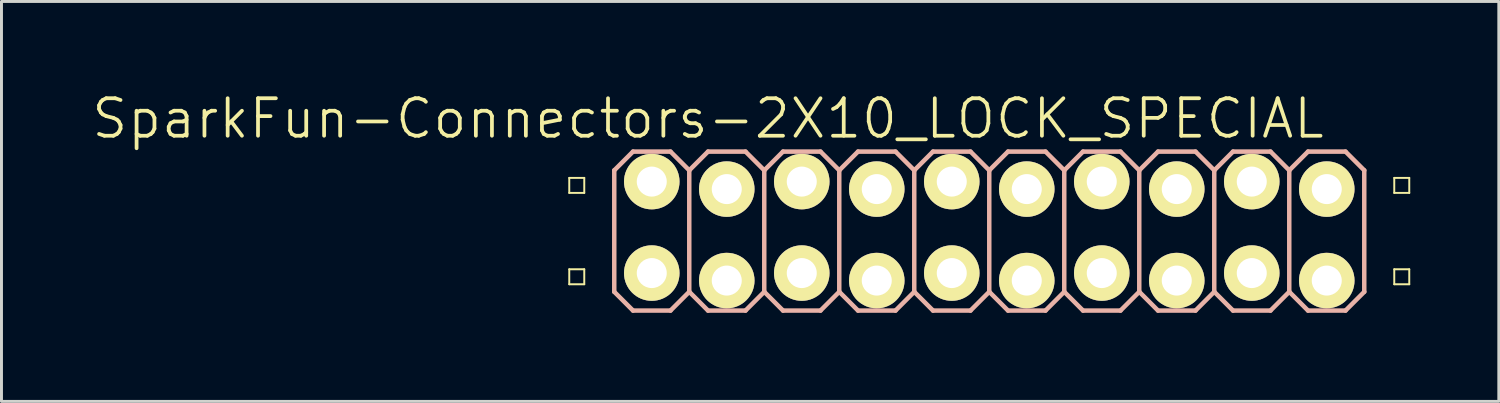
<source format=kicad_pcb>
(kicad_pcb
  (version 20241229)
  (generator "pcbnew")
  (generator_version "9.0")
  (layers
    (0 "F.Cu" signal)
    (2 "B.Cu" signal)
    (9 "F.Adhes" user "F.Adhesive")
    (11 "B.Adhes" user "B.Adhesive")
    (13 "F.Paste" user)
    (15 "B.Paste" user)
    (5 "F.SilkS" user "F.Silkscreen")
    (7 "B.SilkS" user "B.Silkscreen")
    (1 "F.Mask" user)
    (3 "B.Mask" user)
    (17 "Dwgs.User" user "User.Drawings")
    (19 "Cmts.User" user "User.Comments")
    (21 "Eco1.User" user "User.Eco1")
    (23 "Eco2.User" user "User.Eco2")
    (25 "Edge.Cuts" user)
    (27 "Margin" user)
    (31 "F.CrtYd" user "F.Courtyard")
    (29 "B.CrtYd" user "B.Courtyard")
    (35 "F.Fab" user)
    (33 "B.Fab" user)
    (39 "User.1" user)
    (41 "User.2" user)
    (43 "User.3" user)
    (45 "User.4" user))
  (footprint "SparkFun-Connectors-2X10_LOCK_SPECIAL"
    (layer "F.Cu")
    (at 30.453 4.776)
    (property "Reference" "SparkFun-Connectors-2X10_LOCK_SPECIAL" (at -9.525 -3.81 0) (layer "F.SilkS") (effects (font (size 1.27 1.27) (thickness 0.127))))
    (attr exclude_from_pos_files exclude_from_bom)
    (fp_line (start -14.224 -1.801) (end -13.716 -1.801) (stroke (width 0.066) (type solid)) (layer "F.SilkS"))
    (fp_line (start -14.224 -1.293) (end -14.224 -1.801) (stroke (width 0.066) (type solid)) (layer "F.SilkS"))
    (fp_line (start -14.224 -1.293) (end -13.716 -1.293) (stroke (width 0.066) (type solid)) (layer "F.SilkS"))
    (fp_line (start -14.224 1.293) (end -13.716 1.293) (stroke (width 0.066) (type solid)) (layer "F.SilkS"))
    (fp_line (start -14.224 1.801) (end -14.224 1.293) (stroke (width 0.066) (type solid)) (layer "F.SilkS"))
    (fp_line (start -14.224 1.801) (end -13.716 1.801) (stroke (width 0.066) (type solid)) (layer "F.SilkS"))
    (fp_line (start -13.716 -1.293) (end -13.716 -1.801) (stroke (width 0.066) (type solid)) (layer "F.SilkS"))
    (fp_line (start -13.716 1.801) (end -13.716 1.293) (stroke (width 0.066) (type solid)) (layer "F.SilkS"))
    (fp_line (start -11.684 -1.801) (end -11.176 -1.801) (stroke (width 0.066) (type solid)) (layer "F.SilkS"))
    (fp_line (start -11.684 -1.293) (end -11.684 -1.801) (stroke (width 0.066) (type solid)) (layer "F.SilkS"))
    (fp_line (start -11.684 -1.293) (end -11.176 -1.293) (stroke (width 0.066) (type solid)) (layer "F.SilkS"))
    (fp_line (start -11.684 1.293) (end -11.176 1.293) (stroke (width 0.066) (type solid)) (layer "F.SilkS"))
    (fp_line (start -11.684 1.801) (end -11.684 1.293) (stroke (width 0.066) (type solid)) (layer "F.SilkS"))
    (fp_line (start -11.684 1.801) (end -11.176 1.801) (stroke (width 0.066) (type solid)) (layer "F.SilkS"))
    (fp_line (start -11.176 -1.293) (end -11.176 -1.801) (stroke (width 0.066) (type solid)) (layer "F.SilkS"))
    (fp_line (start -11.176 1.801) (end -11.176 1.293) (stroke (width 0.066) (type solid)) (layer "F.SilkS"))
    (fp_line (start -9.144 -1.801) (end -8.636 -1.801) (stroke (width 0.066) (type solid)) (layer "F.SilkS"))
    (fp_line (start -9.144 -1.293) (end -9.144 -1.801) (stroke (width 0.066) (type solid)) (layer "F.SilkS"))
    (fp_line (start -9.144 -1.293) (end -8.636 -1.293) (stroke (width 0.066) (type solid)) (layer "F.SilkS"))
    (fp_line (start -9.144 1.293) (end -8.636 1.293) (stroke (width 0.066) (type solid)) (layer "F.SilkS"))
    (fp_line (start -9.144 1.801) (end -9.144 1.293) (stroke (width 0.066) (type solid)) (layer "F.SilkS"))
    (fp_line (start -9.144 1.801) (end -8.636 1.801) (stroke (width 0.066) (type solid)) (layer "F.SilkS"))
    (fp_line (start -8.636 -1.293) (end -8.636 -1.801) (stroke (width 0.066) (type solid)) (layer "F.SilkS"))
    (fp_line (start -8.636 1.801) (end -8.636 1.293) (stroke (width 0.066) (type solid)) (layer "F.SilkS"))
    (fp_line (start -6.604 -1.801) (end -6.096 -1.801) (stroke (width 0.066) (type solid)) (layer "F.SilkS"))
    (fp_line (start -6.604 -1.293) (end -6.604 -1.801) (stroke (width 0.066) (type solid)) (layer "F.SilkS"))
    (fp_line (start -6.604 -1.293) (end -6.096 -1.293) (stroke (width 0.066) (type solid)) (layer "F.SilkS"))
    (fp_line (start -6.604 1.293) (end -6.096 1.293) (stroke (width 0.066) (type solid)) (layer "F.SilkS"))
    (fp_line (start -6.604 1.801) (end -6.604 1.293) (stroke (width 0.066) (type solid)) (layer "F.SilkS"))
    (fp_line (start -6.604 1.801) (end -6.096 1.801) (stroke (width 0.066) (type solid)) (layer "F.SilkS"))
    (fp_line (start -6.096 -1.293) (end -6.096 -1.801) (stroke (width 0.066) (type solid)) (layer "F.SilkS"))
    (fp_line (start -6.096 1.801) (end -6.096 1.293) (stroke (width 0.066) (type solid)) (layer "F.SilkS"))
    (fp_line (start -4.064 -1.801) (end -3.556 -1.801) (stroke (width 0.066) (type solid)) (layer "F.SilkS"))
    (fp_line (start -4.064 -1.293) (end -4.064 -1.801) (stroke (width 0.066) (type solid)) (layer "F.SilkS"))
    (fp_line (start -4.064 -1.293) (end -3.556 -1.293) (stroke (width 0.066) (type solid)) (layer "F.SilkS"))
    (fp_line (start -4.064 1.293) (end -3.556 1.293) (stroke (width 0.066) (type solid)) (layer "F.SilkS"))
    (fp_line (start -4.064 1.801) (end -4.064 1.293) (stroke (width 0.066) (type solid)) (layer "F.SilkS"))
    (fp_line (start -4.064 1.801) (end -3.556 1.801) (stroke (width 0.066) (type solid)) (layer "F.SilkS"))
    (fp_line (start -3.556 -1.293) (end -3.556 -1.801) (stroke (width 0.066) (type solid)) (layer "F.SilkS"))
    (fp_line (start -3.556 1.801) (end -3.556 1.293) (stroke (width 0.066) (type solid)) (layer "F.SilkS"))
    (fp_line (start -1.524 -1.801) (end -1.016 -1.801) (stroke (width 0.066) (type solid)) (layer "F.SilkS"))
    (fp_line (start -1.524 -1.293) (end -1.524 -1.801) (stroke (width 0.066) (type solid)) (layer "F.SilkS"))
    (fp_line (start -1.524 -1.293) (end -1.016 -1.293) (stroke (width 0.066) (type solid)) (layer "F.SilkS"))
    (fp_line (start -1.524 1.293) (end -1.016 1.293) (stroke (width 0.066) (type solid)) (layer "F.SilkS"))
    (fp_line (start -1.524 1.801) (end -1.524 1.293) (stroke (width 0.066) (type solid)) (layer "F.SilkS"))
    (fp_line (start -1.524 1.801) (end -1.016 1.801) (stroke (width 0.066) (type solid)) (layer "F.SilkS"))
    (fp_line (start -1.016 -1.293) (end -1.016 -1.801) (stroke (width 0.066) (type solid)) (layer "F.SilkS"))
    (fp_line (start -1.016 1.801) (end -1.016 1.293) (stroke (width 0.066) (type solid)) (layer "F.SilkS"))
    (fp_line (start 1.016 -1.801) (end 1.524 -1.801) (stroke (width 0.066) (type solid)) (layer "F.SilkS"))
    (fp_line (start 1.016 -1.293) (end 1.016 -1.801) (stroke (width 0.066) (type solid)) (layer "F.SilkS"))
    (fp_line (start 1.016 -1.293) (end 1.524 -1.293) (stroke (width 0.066) (type solid)) (layer "F.SilkS"))
    (fp_line (start 1.016 1.293) (end 1.524 1.293) (stroke (width 0.066) (type solid)) (layer "F.SilkS"))
    (fp_line (start 1.016 1.801) (end 1.016 1.293) (stroke (width 0.066) (type solid)) (layer "F.SilkS"))
    (fp_line (start 1.016 1.801) (end 1.524 1.801) (stroke (width 0.066) (type solid)) (layer "F.SilkS"))
    (fp_line (start 1.524 -1.293) (end 1.524 -1.801) (stroke (width 0.066) (type solid)) (layer "F.SilkS"))
    (fp_line (start 1.524 1.801) (end 1.524 1.293) (stroke (width 0.066) (type solid)) (layer "F.SilkS"))
    (fp_line (start 3.556 -1.801) (end 4.064 -1.801) (stroke (width 0.066) (type solid)) (layer "F.SilkS"))
    (fp_line (start 3.556 -1.293) (end 3.556 -1.801) (stroke (width 0.066) (type solid)) (layer "F.SilkS"))
    (fp_line (start 3.556 -1.293) (end 4.064 -1.293) (stroke (width 0.066) (type solid)) (layer "F.SilkS"))
    (fp_line (start 3.556 1.293) (end 4.064 1.293) (stroke (width 0.066) (type solid)) (layer "F.SilkS"))
    (fp_line (start 3.556 1.801) (end 3.556 1.293) (stroke (width 0.066) (type solid)) (layer "F.SilkS"))
    (fp_line (start 3.556 1.801) (end 4.064 1.801) (stroke (width 0.066) (type solid)) (layer "F.SilkS"))
    (fp_line (start 4.064 -1.293) (end 4.064 -1.801) (stroke (width 0.066) (type solid)) (layer "F.SilkS"))
    (fp_line (start 4.064 1.801) (end 4.064 1.293) (stroke (width 0.066) (type solid)) (layer "F.SilkS"))
    (fp_line (start 6.096 -1.801) (end 6.604 -1.801) (stroke (width 0.066) (type solid)) (layer "F.SilkS"))
    (fp_line (start 6.096 -1.293) (end 6.096 -1.801) (stroke (width 0.066) (type solid)) (layer "F.SilkS"))
    (fp_line (start 6.096 -1.293) (end 6.604 -1.293) (stroke (width 0.066) (type solid)) (layer "F.SilkS"))
    (fp_line (start 6.096 1.293) (end 6.604 1.293) (stroke (width 0.066) (type solid)) (layer "F.SilkS"))
    (fp_line (start 6.096 1.801) (end 6.096 1.293) (stroke (width 0.066) (type solid)) (layer "F.SilkS"))
    (fp_line (start 6.096 1.801) (end 6.604 1.801) (stroke (width 0.066) (type solid)) (layer "F.SilkS"))
    (fp_line (start 6.604 -1.293) (end 6.604 -1.801) (stroke (width 0.066) (type solid)) (layer "F.SilkS"))
    (fp_line (start 6.604 1.801) (end 6.604 1.293) (stroke (width 0.066) (type solid)) (layer "F.SilkS"))
    (fp_line (start 8.636 -1.801) (end 9.144 -1.801) (stroke (width 0.066) (type solid)) (layer "F.SilkS"))
    (fp_line (start 8.636 -1.293) (end 8.636 -1.801) (stroke (width 0.066) (type solid)) (layer "F.SilkS"))
    (fp_line (start 8.636 -1.293) (end 9.144 -1.293) (stroke (width 0.066) (type solid)) (layer "F.SilkS"))
    (fp_line (start 8.636 1.293) (end 9.144 1.293) (stroke (width 0.066) (type solid)) (layer "F.SilkS"))
    (fp_line (start 8.636 1.801) (end 8.636 1.293) (stroke (width 0.066) (type solid)) (layer "F.SilkS"))
    (fp_line (start 8.636 1.801) (end 9.144 1.801) (stroke (width 0.066) (type solid)) (layer "F.SilkS"))
    (fp_line (start 9.144 -1.293) (end 9.144 -1.801) (stroke (width 0.066) (type solid)) (layer "F.SilkS"))
    (fp_line (start 9.144 1.801) (end 9.144 1.293) (stroke (width 0.066) (type solid)) (layer "F.SilkS"))
    (fp_line (start 11.176 -1.801) (end 11.684 -1.801) (stroke (width 0.066) (type solid)) (layer "F.SilkS"))
    (fp_line (start 11.176 -1.293) (end 11.176 -1.801) (stroke (width 0.066) (type solid)) (layer "F.SilkS"))
    (fp_line (start 11.176 -1.293) (end 11.684 -1.293) (stroke (width 0.066) (type solid)) (layer "F.SilkS"))
    (fp_line (start 11.176 1.293) (end 11.684 1.293) (stroke (width 0.066) (type solid)) (layer "F.SilkS"))
    (fp_line (start 11.176 1.801) (end 11.176 1.293) (stroke (width 0.066) (type solid)) (layer "F.SilkS"))
    (fp_line (start 11.176 1.801) (end 11.684 1.801) (stroke (width 0.066) (type solid)) (layer "F.SilkS"))
    (fp_line (start 11.684 -1.293) (end 11.684 -1.801) (stroke (width 0.066) (type solid)) (layer "F.SilkS"))
    (fp_line (start 11.684 1.801) (end 11.684 1.293) (stroke (width 0.066) (type solid)) (layer "F.SilkS"))
    (fp_line (start 13.716 -1.801) (end 14.224 -1.801) (stroke (width 0.066) (type solid)) (layer "F.SilkS"))
    (fp_line (start 13.716 -1.293) (end 13.716 -1.801) (stroke (width 0.066) (type solid)) (layer "F.SilkS"))
    (fp_line (start 13.716 -1.293) (end 14.224 -1.293) (stroke (width 0.066) (type solid)) (layer "F.SilkS"))
    (fp_line (start 13.716 1.293) (end 14.224 1.293) (stroke (width 0.066) (type solid)) (layer "F.SilkS"))
    (fp_line (start 13.716 1.801) (end 13.716 1.293) (stroke (width 0.066) (type solid)) (layer "F.SilkS"))
    (fp_line (start 13.716 1.801) (end 14.224 1.801) (stroke (width 0.066) (type solid)) (layer "F.SilkS"))
    (fp_line (start 14.224 -1.293) (end 14.224 -1.801) (stroke (width 0.066) (type solid)) (layer "F.SilkS"))
    (fp_line (start 14.224 1.801) (end 14.224 1.293) (stroke (width 0.066) (type solid)) (layer "F.SilkS"))
    (fp_line (start -12.7 -2.057) (end -12.065 -2.692) (stroke (width 0.152) (type solid)) (layer "B.SilkS"))
    (fp_line (start -12.7 2.057) (end -12.7 -2.057) (stroke (width 0.152) (type solid)) (layer "B.SilkS"))
    (fp_line (start -12.7 2.057) (end -12.065 2.692) (stroke (width 0.152) (type solid)) (layer "B.SilkS"))
    (fp_line (start -12.065 -2.692) (end -10.795 -2.692) (stroke (width 0.152) (type solid)) (layer "B.SilkS"))
    (fp_line (start -12.065 2.692) (end -10.795 2.692) (stroke (width 0.152) (type solid)) (layer "B.SilkS"))
    (fp_line (start -10.795 -2.692) (end -10.16 -2.057) (stroke (width 0.152) (type solid)) (layer "B.SilkS"))
    (fp_line (start -10.795 2.692) (end -10.16 2.057) (stroke (width 0.152) (type solid)) (layer "B.SilkS"))
    (fp_line (start -10.16 -2.057) (end -10.16 2.057) (stroke (width 0.152) (type solid)) (layer "B.SilkS"))
    (fp_line (start -10.16 -2.057) (end -9.525 -2.692) (stroke (width 0.152) (type solid)) (layer "B.SilkS"))
    (fp_line (start -10.16 2.057) (end -9.525 2.692) (stroke (width 0.152) (type solid)) (layer "B.SilkS"))
    (fp_line (start -9.525 -2.692) (end -8.255 -2.692) (stroke (width 0.152) (type solid)) (layer "B.SilkS"))
    (fp_line (start -9.525 2.692) (end -8.255 2.692) (stroke (width 0.152) (type solid)) (layer "B.SilkS"))
    (fp_line (start -8.255 -2.692) (end -7.62 -2.057) (stroke (width 0.152) (type solid)) (layer "B.SilkS"))
    (fp_line (start -8.255 2.692) (end -7.62 2.057) (stroke (width 0.152) (type solid)) (layer "B.SilkS"))
    (fp_line (start -7.62 -2.057) (end -7.62 2.057) (stroke (width 0.152) (type solid)) (layer "B.SilkS"))
    (fp_line (start -7.62 -2.057) (end -6.985 -2.692) (stroke (width 0.152) (type solid)) (layer "B.SilkS"))
    (fp_line (start -7.62 2.057) (end -6.985 2.692) (stroke (width 0.152) (type solid)) (layer "B.SilkS"))
    (fp_line (start -6.985 -2.692) (end -5.715 -2.692) (stroke (width 0.152) (type solid)) (layer "B.SilkS"))
    (fp_line (start -6.985 2.692) (end -5.715 2.692) (stroke (width 0.152) (type solid)) (layer "B.SilkS"))
    (fp_line (start -5.715 -2.692) (end -5.08 -2.057) (stroke (width 0.152) (type solid)) (layer "B.SilkS"))
    (fp_line (start -5.715 2.692) (end -5.08 2.057) (stroke (width 0.152) (type solid)) (layer "B.SilkS"))
    (fp_line (start -5.08 -2.057) (end -5.08 2.057) (stroke (width 0.152) (type solid)) (layer "B.SilkS"))
    (fp_line (start -5.08 -2.057) (end -4.445 -2.692) (stroke (width 0.152) (type solid)) (layer "B.SilkS"))
    (fp_line (start -5.08 2.057) (end -4.445 2.692) (stroke (width 0.152) (type solid)) (layer "B.SilkS"))
    (fp_line (start -4.445 -2.692) (end -3.175 -2.692) (stroke (width 0.152) (type solid)) (layer "B.SilkS"))
    (fp_line (start -4.445 2.692) (end -3.175 2.692) (stroke (width 0.152) (type solid)) (layer "B.SilkS"))
    (fp_line (start -3.175 -2.692) (end -2.54 -2.057) (stroke (width 0.152) (type solid)) (layer "B.SilkS"))
    (fp_line (start -3.175 2.692) (end -2.54 2.057) (stroke (width 0.152) (type solid)) (layer "B.SilkS"))
    (fp_line (start -2.54 -2.057) (end -2.54 2.057) (stroke (width 0.152) (type solid)) (layer "B.SilkS"))
    (fp_line (start -2.54 -2.057) (end -1.905 -2.692) (stroke (width 0.152) (type solid)) (layer "B.SilkS"))
    (fp_line (start -2.54 2.057) (end -1.905 2.692) (stroke (width 0.152) (type solid)) (layer "B.SilkS"))
    (fp_line (start -1.905 -2.692) (end -0.635 -2.692) (stroke (width 0.152) (type solid)) (layer "B.SilkS"))
    (fp_line (start -1.905 2.692) (end -0.635 2.692) (stroke (width 0.152) (type solid)) (layer "B.SilkS"))
    (fp_line (start -0.635 -2.692) (end 0 -2.057) (stroke (width 0.152) (type solid)) (layer "B.SilkS"))
    (fp_line (start -0.635 2.692) (end 0 2.057) (stroke (width 0.152) (type solid)) (layer "B.SilkS"))
    (fp_line (start 0 -2.057) (end 0 2.057) (stroke (width 0.152) (type solid)) (layer "B.SilkS"))
    (fp_line (start 0 -2.057) (end 0.635 -2.692) (stroke (width 0.152) (type solid)) (layer "B.SilkS"))
    (fp_line (start 0 2.057) (end 0.635 2.692) (stroke (width 0.152) (type solid)) (layer "B.SilkS"))
    (fp_line (start 0.635 -2.692) (end 1.905 -2.692) (stroke (width 0.152) (type solid)) (layer "B.SilkS"))
    (fp_line (start 0.635 2.692) (end 1.905 2.692) (stroke (width 0.152) (type solid)) (layer "B.SilkS"))
    (fp_line (start 1.905 -2.692) (end 2.54 -2.057) (stroke (width 0.152) (type solid)) (layer "B.SilkS"))
    (fp_line (start 1.905 2.692) (end 2.54 2.057) (stroke (width 0.152) (type solid)) (layer "B.SilkS"))
    (fp_line (start 2.54 -2.057) (end 2.54 2.057) (stroke (width 0.152) (type solid)) (layer "B.SilkS"))
    (fp_line (start 2.54 -2.057) (end 3.175 -2.692) (stroke (width 0.152) (type solid)) (layer "B.SilkS"))
    (fp_line (start 2.54 2.057) (end 3.175 2.692) (stroke (width 0.152) (type solid)) (layer "B.SilkS"))
    (fp_line (start 3.175 -2.692) (end 4.445 -2.692) (stroke (width 0.152) (type solid)) (layer "B.SilkS"))
    (fp_line (start 3.175 2.692) (end 4.445 2.692) (stroke (width 0.152) (type solid)) (layer "B.SilkS"))
    (fp_line (start 4.445 -2.692) (end 5.08 -2.057) (stroke (width 0.152) (type solid)) (layer "B.SilkS"))
    (fp_line (start 5.08 -2.057) (end 5.08 2.057) (stroke (width 0.152) (type solid)) (layer "B.SilkS"))
    (fp_line (start 5.08 -2.057) (end 5.715 -2.692) (stroke (width 0.152) (type solid)) (layer "B.SilkS"))
    (fp_line (start 5.08 2.057) (end 4.445 2.692) (stroke (width 0.152) (type solid)) (layer "B.SilkS"))
    (fp_line (start 5.08 2.057) (end 5.715 2.692) (stroke (width 0.152) (type solid)) (layer "B.SilkS"))
    (fp_line (start 5.715 -2.692) (end 6.985 -2.692) (stroke (width 0.152) (type solid)) (layer "B.SilkS"))
    (fp_line (start 5.715 2.692) (end 6.985 2.692) (stroke (width 0.152) (type solid)) (layer "B.SilkS"))
    (fp_line (start 6.985 -2.692) (end 7.62 -2.057) (stroke (width 0.152) (type solid)) (layer "B.SilkS"))
    (fp_line (start 7.62 -2.057) (end 7.62 2.057) (stroke (width 0.152) (type solid)) (layer "B.SilkS"))
    (fp_line (start 7.62 -2.057) (end 8.255 -2.692) (stroke (width 0.152) (type solid)) (layer "B.SilkS"))
    (fp_line (start 7.62 2.057) (end 6.985 2.692) (stroke (width 0.152) (type solid)) (layer "B.SilkS"))
    (fp_line (start 7.62 2.057) (end 8.255 2.692) (stroke (width 0.152) (type solid)) (layer "B.SilkS"))
    (fp_line (start 8.255 -2.692) (end 9.525 -2.692) (stroke (width 0.152) (type solid)) (layer "B.SilkS"))
    (fp_line (start 8.255 2.692) (end 9.525 2.692) (stroke (width 0.152) (type solid)) (layer "B.SilkS"))
    (fp_line (start 9.525 -2.692) (end 10.16 -2.057) (stroke (width 0.152) (type solid)) (layer "B.SilkS"))
    (fp_line (start 10.16 -2.057) (end 10.16 2.057) (stroke (width 0.152) (type solid)) (layer "B.SilkS"))
    (fp_line (start 10.16 -2.057) (end 10.795 -2.692) (stroke (width 0.152) (type solid)) (layer "B.SilkS"))
    (fp_line (start 10.16 2.057) (end 9.525 2.692) (stroke (width 0.152) (type solid)) (layer "B.SilkS"))
    (fp_line (start 10.16 2.057) (end 10.795 2.692) (stroke (width 0.152) (type solid)) (layer "B.SilkS"))
    (fp_line (start 10.795 -2.692) (end 12.065 -2.692) (stroke (width 0.152) (type solid)) (layer "B.SilkS"))
    (fp_line (start 10.795 2.692) (end 12.065 2.692) (stroke (width 0.152) (type solid)) (layer "B.SilkS"))
    (fp_line (start 12.065 -2.692) (end 12.7 -2.057) (stroke (width 0.152) (type solid)) (layer "B.SilkS"))
    (fp_line (start 12.7 -2.057) (end 12.7 2.057) (stroke (width 0.152) (type solid)) (layer "B.SilkS"))
    (fp_line (start 12.7 2.057) (end 12.065 2.692) (stroke (width 0.152) (type solid)) (layer "B.SilkS"))
    (pad "1" thru_hole circle (at -11.43 1.422) (size 1.88 1.88) (drill 1.016) (layers "*.Cu" "F.Mask" "F.SilkS" "F.Paste"))
    (pad "2" thru_hole circle (at -11.43 -1.676) (size 1.88 1.88) (drill 1.016) (layers "*.Cu" "F.Mask" "F.SilkS" "F.Paste"))
    (pad "3" thru_hole circle (at -8.89 1.676) (size 1.88 1.88) (drill 1.016) (layers "*.Cu" "F.Mask" "F.SilkS" "F.Paste"))
    (pad "4" thru_hole circle (at -8.89 -1.422) (size 1.88 1.88) (drill 1.016) (layers "*.Cu" "F.Mask" "F.SilkS" "F.Paste"))
    (pad "5" thru_hole circle (at -6.35 1.422) (size 1.88 1.88) (drill 1.016) (layers "*.Cu" "F.Mask" "F.SilkS" "F.Paste"))
    (pad "6" thru_hole circle (at -6.35 -1.676) (size 1.88 1.88) (drill 1.016) (layers "*.Cu" "F.Mask" "F.SilkS" "F.Paste"))
    (pad "7" thru_hole circle (at -3.81 1.676) (size 1.88 1.88) (drill 1.016) (layers "*.Cu" "F.Mask" "F.SilkS" "F.Paste"))
    (pad "8" thru_hole circle (at -3.81 -1.422) (size 1.88 1.88) (drill 1.016) (layers "*.Cu" "F.Mask" "F.SilkS" "F.Paste"))
    (pad "9" thru_hole circle (at -1.27 1.422) (size 1.88 1.88) (drill 1.016) (layers "*.Cu" "F.Mask" "F.SilkS" "F.Paste"))
    (pad "10" thru_hole circle (at -1.27 -1.676) (size 1.88 1.88) (drill 1.016) (layers "*.Cu" "F.Mask" "F.SilkS" "F.Paste"))
    (pad "11" thru_hole circle (at 1.27 1.676) (size 1.88 1.88) (drill 1.016) (layers "*.Cu" "F.Mask" "F.SilkS" "F.Paste"))
    (pad "12" thru_hole circle (at 1.27 -1.422) (size 1.88 1.88) (drill 1.016) (layers "*.Cu" "F.Mask" "F.SilkS" "F.Paste"))
    (pad "13" thru_hole circle (at 3.81 1.422) (size 1.88 1.88) (drill 1.016) (layers "*.Cu" "F.Mask" "F.SilkS" "F.Paste"))
    (pad "14" thru_hole circle (at 3.81 -1.676) (size 1.88 1.88) (drill 1.016) (layers "*.Cu" "F.Mask" "F.SilkS" "F.Paste"))
    (pad "15" thru_hole circle (at 6.35 1.676) (size 1.88 1.88) (drill 1.016) (layers "*.Cu" "F.Mask" "F.SilkS" "F.Paste"))
    (pad "16" thru_hole circle (at 6.35 -1.422) (size 1.88 1.88) (drill 1.016) (layers "*.Cu" "F.Mask" "F.SilkS" "F.Paste"))
    (pad "17" thru_hole circle (at 8.89 1.422) (size 1.88 1.88) (drill 1.016) (layers "*.Cu" "F.Mask" "F.SilkS" "F.Paste"))
    (pad "18" thru_hole circle (at 8.89 -1.676) (size 1.88 1.88) (drill 1.016) (layers "*.Cu" "F.Mask" "F.SilkS" "F.Paste"))
    (pad "19" thru_hole circle (at 11.43 1.676) (size 1.88 1.88) (drill 1.016) (layers "*.Cu" "F.Mask" "F.SilkS" "F.Paste"))
    (pad "20" thru_hole circle (at 11.43 -1.422) (size 1.88 1.88) (drill 1.016) (layers "*.Cu" "F.Mask" "F.SilkS" "F.Paste")))
  (gr_rect
    (start -3 -3)
    (end 47.71 10.544)
    (stroke (width 0.1) (type default))
    (fill no)
    (layer "Edge.Cuts")))
</source>
